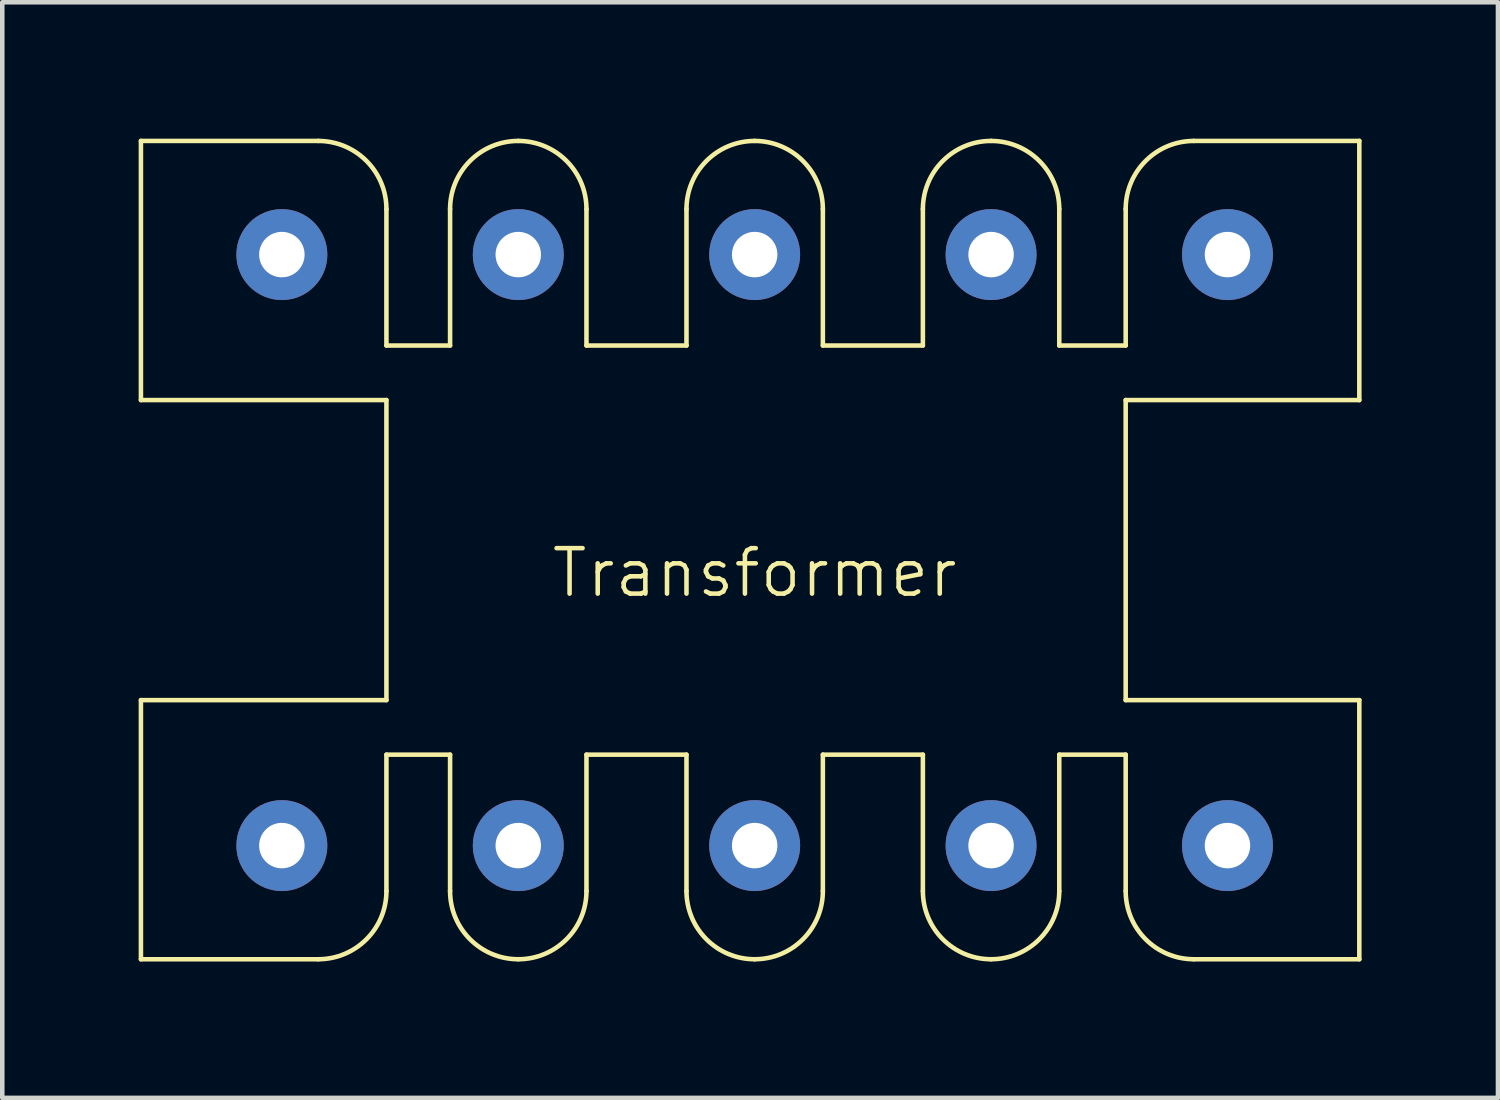
<source format=kicad_pcb>
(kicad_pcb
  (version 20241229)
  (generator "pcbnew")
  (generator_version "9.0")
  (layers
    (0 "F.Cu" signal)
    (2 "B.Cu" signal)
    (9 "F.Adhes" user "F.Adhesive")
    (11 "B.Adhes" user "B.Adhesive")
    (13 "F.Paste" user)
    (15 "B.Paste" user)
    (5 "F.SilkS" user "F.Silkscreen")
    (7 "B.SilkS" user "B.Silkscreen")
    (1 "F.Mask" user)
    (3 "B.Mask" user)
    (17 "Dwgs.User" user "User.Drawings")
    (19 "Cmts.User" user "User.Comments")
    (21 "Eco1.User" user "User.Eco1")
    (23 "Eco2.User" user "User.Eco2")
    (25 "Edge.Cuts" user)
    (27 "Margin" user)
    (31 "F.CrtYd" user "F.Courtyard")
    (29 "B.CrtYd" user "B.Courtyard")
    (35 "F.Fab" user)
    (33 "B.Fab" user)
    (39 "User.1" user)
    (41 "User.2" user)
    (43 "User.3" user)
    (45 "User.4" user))
  (footprint "Transformer"
    (layer "F.Cu")
    (at 13.55 9.55)
    (property "Reference" "Transformer" (at 0 0 0) (unlocked yes) (layer "F.SilkS") (effects (font (size 1 1) (thickness 0.1))))
    (attr through_hole)
    (fp_line (start -13.5 -3.8) (end -13.5 -9.5) (stroke (width 0.1) (type default)) (layer "F.SilkS"))
    (fp_line (start -13.5 -3.8) (end -8.1 -3.8) (stroke (width 0.1) (type default)) (layer "F.SilkS"))
    (fp_line (start -13.5 2.8) (end -13.5 8.5) (stroke (width 0.1) (type default)) (layer "F.SilkS"))
    (fp_line (start -13.5 2.8) (end -8.1 2.8) (stroke (width 0.1) (type default)) (layer "F.SilkS"))
    (fp_line (start -9.6 -9.5) (end -13.5 -9.5) (stroke (width 0.1) (type default)) (layer "F.SilkS"))
    (fp_line (start -9.6 8.5) (end -13.5 8.5) (stroke (width 0.1) (type default)) (layer "F.SilkS"))
    (fp_line (start -8.1 -8) (end -8.1 -5) (stroke (width 0.1) (type default)) (layer "F.SilkS"))
    (fp_line (start -8.1 -5) (end -6.7 -5) (stroke (width 0.1) (type default)) (layer "F.SilkS"))
    (fp_line (start -8.1 2.8) (end -8.1 -3.8) (stroke (width 0.1) (type default)) (layer "F.SilkS"))
    (fp_line (start -8.1 4) (end -6.7 4) (stroke (width 0.1) (type default)) (layer "F.SilkS"))
    (fp_line (start -8.1 7) (end -8.1 4) (stroke (width 0.1) (type default)) (layer "F.SilkS"))
    (fp_line (start -6.7 -8) (end -6.7 -5) (stroke (width 0.1) (type default)) (layer "F.SilkS"))
    (fp_line (start -6.7 7) (end -6.7 4) (stroke (width 0.1) (type default)) (layer "F.SilkS"))
    (fp_line (start -3.7 -8) (end -3.7 -5) (stroke (width 0.1) (type default)) (layer "F.SilkS"))
    (fp_line (start -3.7 -5) (end -1.5 -5) (stroke (width 0.1) (type default)) (layer "F.SilkS"))
    (fp_line (start -3.7 4) (end -1.5 4) (stroke (width 0.1) (type default)) (layer "F.SilkS"))
    (fp_line (start -3.7 7) (end -3.7 4) (stroke (width 0.1) (type default)) (layer "F.SilkS"))
    (fp_line (start -1.5 -8) (end -1.5 -5) (stroke (width 0.1) (type default)) (layer "F.SilkS"))
    (fp_line (start -1.5 7) (end -1.5 4) (stroke (width 0.1) (type default)) (layer "F.SilkS"))
    (fp_line (start 1.5 -8) (end 1.5 -5) (stroke (width 0.1) (type default)) (layer "F.SilkS"))
    (fp_line (start 1.5 -5) (end 3.7 -5) (stroke (width 0.1) (type default)) (layer "F.SilkS"))
    (fp_line (start 1.5 4) (end 3.7 4) (stroke (width 0.1) (type default)) (layer "F.SilkS"))
    (fp_line (start 1.5 7) (end 1.5 4) (stroke (width 0.1) (type default)) (layer "F.SilkS"))
    (fp_line (start 3.7 -8) (end 3.7 -5) (stroke (width 0.1) (type default)) (layer "F.SilkS"))
    (fp_line (start 3.7 7) (end 3.7 4) (stroke (width 0.1) (type default)) (layer "F.SilkS"))
    (fp_line (start 6.7 -8) (end 6.7 -5) (stroke (width 0.1) (type default)) (layer "F.SilkS"))
    (fp_line (start 6.7 -5) (end 8.161 -5) (stroke (width 0.1) (type default)) (layer "F.SilkS"))
    (fp_line (start 6.7 4) (end 8.161 4) (stroke (width 0.1) (type default)) (layer "F.SilkS"))
    (fp_line (start 6.7 7) (end 6.7 4) (stroke (width 0.1) (type default)) (layer "F.SilkS"))
    (fp_line (start 8.161 -8) (end 8.161 -5) (stroke (width 0.1) (type default)) (layer "F.SilkS"))
    (fp_line (start 8.161 2.8) (end 8.161 -3.8) (stroke (width 0.1) (type default)) (layer "F.SilkS"))
    (fp_line (start 8.161 7) (end 8.161 4) (stroke (width 0.1) (type default)) (layer "F.SilkS"))
    (fp_line (start 9.661 -9.5) (end 13.3 -9.5) (stroke (width 0.1) (type default)) (layer "F.SilkS"))
    (fp_line (start 9.661 8.5) (end 13.3 8.5) (stroke (width 0.1) (type default)) (layer "F.SilkS"))
    (fp_line (start 13.3 -3.8) (end 8.161 -3.8) (stroke (width 0.1) (type default)) (layer "F.SilkS"))
    (fp_line (start 13.3 -3.8) (end 13.3 -9.5) (stroke (width 0.1) (type default)) (layer "F.SilkS"))
    (fp_line (start 13.3 2.8) (end 8.161 2.8) (stroke (width 0.1) (type default)) (layer "F.SilkS"))
    (fp_line (start 13.3 2.8) (end 13.3 8.5) (stroke (width 0.1) (type default)) (layer "F.SilkS"))
    (fp_arc (start -9.6 -9.5) (mid -8.53934 -9.06066) (end -8.1 -8) (stroke (width 0.1) (type default)) (layer "F.SilkS"))
    (fp_arc (start -8.1 7) (mid -8.53934 8.06066) (end -9.6 8.5) (stroke (width 0.1) (type default)) (layer "F.SilkS"))
    (fp_arc (start -6.7 -8) (mid -6.26066 -9.06066) (end -5.2 -9.5) (stroke (width 0.1) (type default)) (layer "F.SilkS"))
    (fp_arc (start -5.2 -9.5) (mid -4.13934 -9.06066) (end -3.7 -8) (stroke (width 0.1) (type default)) (layer "F.SilkS"))
    (fp_arc (start -5.2 8.5) (mid -6.26066 8.06066) (end -6.7 7) (stroke (width 0.1) (type default)) (layer "F.SilkS"))
    (fp_arc (start -3.7 7) (mid -4.13934 8.06066) (end -5.2 8.5) (stroke (width 0.1) (type default)) (layer "F.SilkS"))
    (fp_arc (start -1.5 -8) (mid -1.06066 -9.06066) (end 0 -9.5) (stroke (width 0.1) (type default)) (layer "F.SilkS"))
    (fp_arc (start 0 -9.5) (mid 1.06066 -9.06066) (end 1.5 -8) (stroke (width 0.1) (type default)) (layer "F.SilkS"))
    (fp_arc (start 0 8.5) (mid -1.06066 8.06066) (end -1.5 7) (stroke (width 0.1) (type default)) (layer "F.SilkS"))
    (fp_arc (start 1.5 7) (mid 1.06066 8.06066) (end 0 8.5) (stroke (width 0.1) (type default)) (layer "F.SilkS"))
    (fp_arc (start 3.7 -8) (mid 4.13934 -9.06066) (end 5.2 -9.5) (stroke (width 0.1) (type default)) (layer "F.SilkS"))
    (fp_arc (start 5.2 -9.5) (mid 6.26066 -9.06066) (end 6.7 -8) (stroke (width 0.1) (type default)) (layer "F.SilkS"))
    (fp_arc (start 5.2 8.5) (mid 4.13934 8.06066) (end 3.7 7) (stroke (width 0.1) (type default)) (layer "F.SilkS"))
    (fp_arc (start 6.7 7) (mid 6.26066 8.06066) (end 5.2 8.5) (stroke (width 0.1) (type default)) (layer "F.SilkS"))
    (fp_arc (start 8.16066 -8) (mid 8.6 -9.06066) (end 9.66066 -9.5) (stroke (width 0.1) (type default)) (layer "F.SilkS"))
    (fp_arc (start 9.66066 8.5) (mid 8.6 8.06066) (end 8.16066 7) (stroke (width 0.1) (type default)) (layer "F.SilkS"))
    (pad "1" thru_hole circle (at -10.4 -7) (size 2 2) (drill 1) (layers "*.Cu" "*.Mask"))
    (pad "2" thru_hole circle (at -5.2 -7) (size 2 2) (drill 1) (layers "*.Cu" "*.Mask"))
    (pad "3" thru_hole circle (at 0 -7) (size 2 2) (drill 1) (layers "*.Cu" "*.Mask"))
    (pad "4" thru_hole circle (at 5.2 -7) (size 2 2) (drill 1) (layers "*.Cu" "*.Mask"))
    (pad "5" thru_hole circle (at 10.4 -7) (size 2 2) (drill 1) (layers "*.Cu" "*.Mask"))
    (pad "6" thru_hole circle (at -10.4 6) (size 2 2) (drill 1) (layers "*.Cu" "*.Mask"))
    (pad "7" thru_hole circle (at -5.2 6) (size 2 2) (drill 1) (layers "*.Cu" "*.Mask"))
    (pad "8" thru_hole circle (at 0 6) (size 2 2) (drill 1) (layers "*.Cu" "*.Mask"))
    (pad "9" thru_hole circle (at 5.2 6) (size 2 2) (drill 1) (layers "*.Cu" "*.Mask"))
    (pad "10" thru_hole circle (at 10.4 6) (size 2 2) (drill 1) (layers "*.Cu" "*.Mask")))
  (gr_rect
    (start -3 -3)
    (end 29.9 21.1)
    (stroke (width 0.1) (type default))
    (fill no)
    (layer "Edge.Cuts")))
</source>
